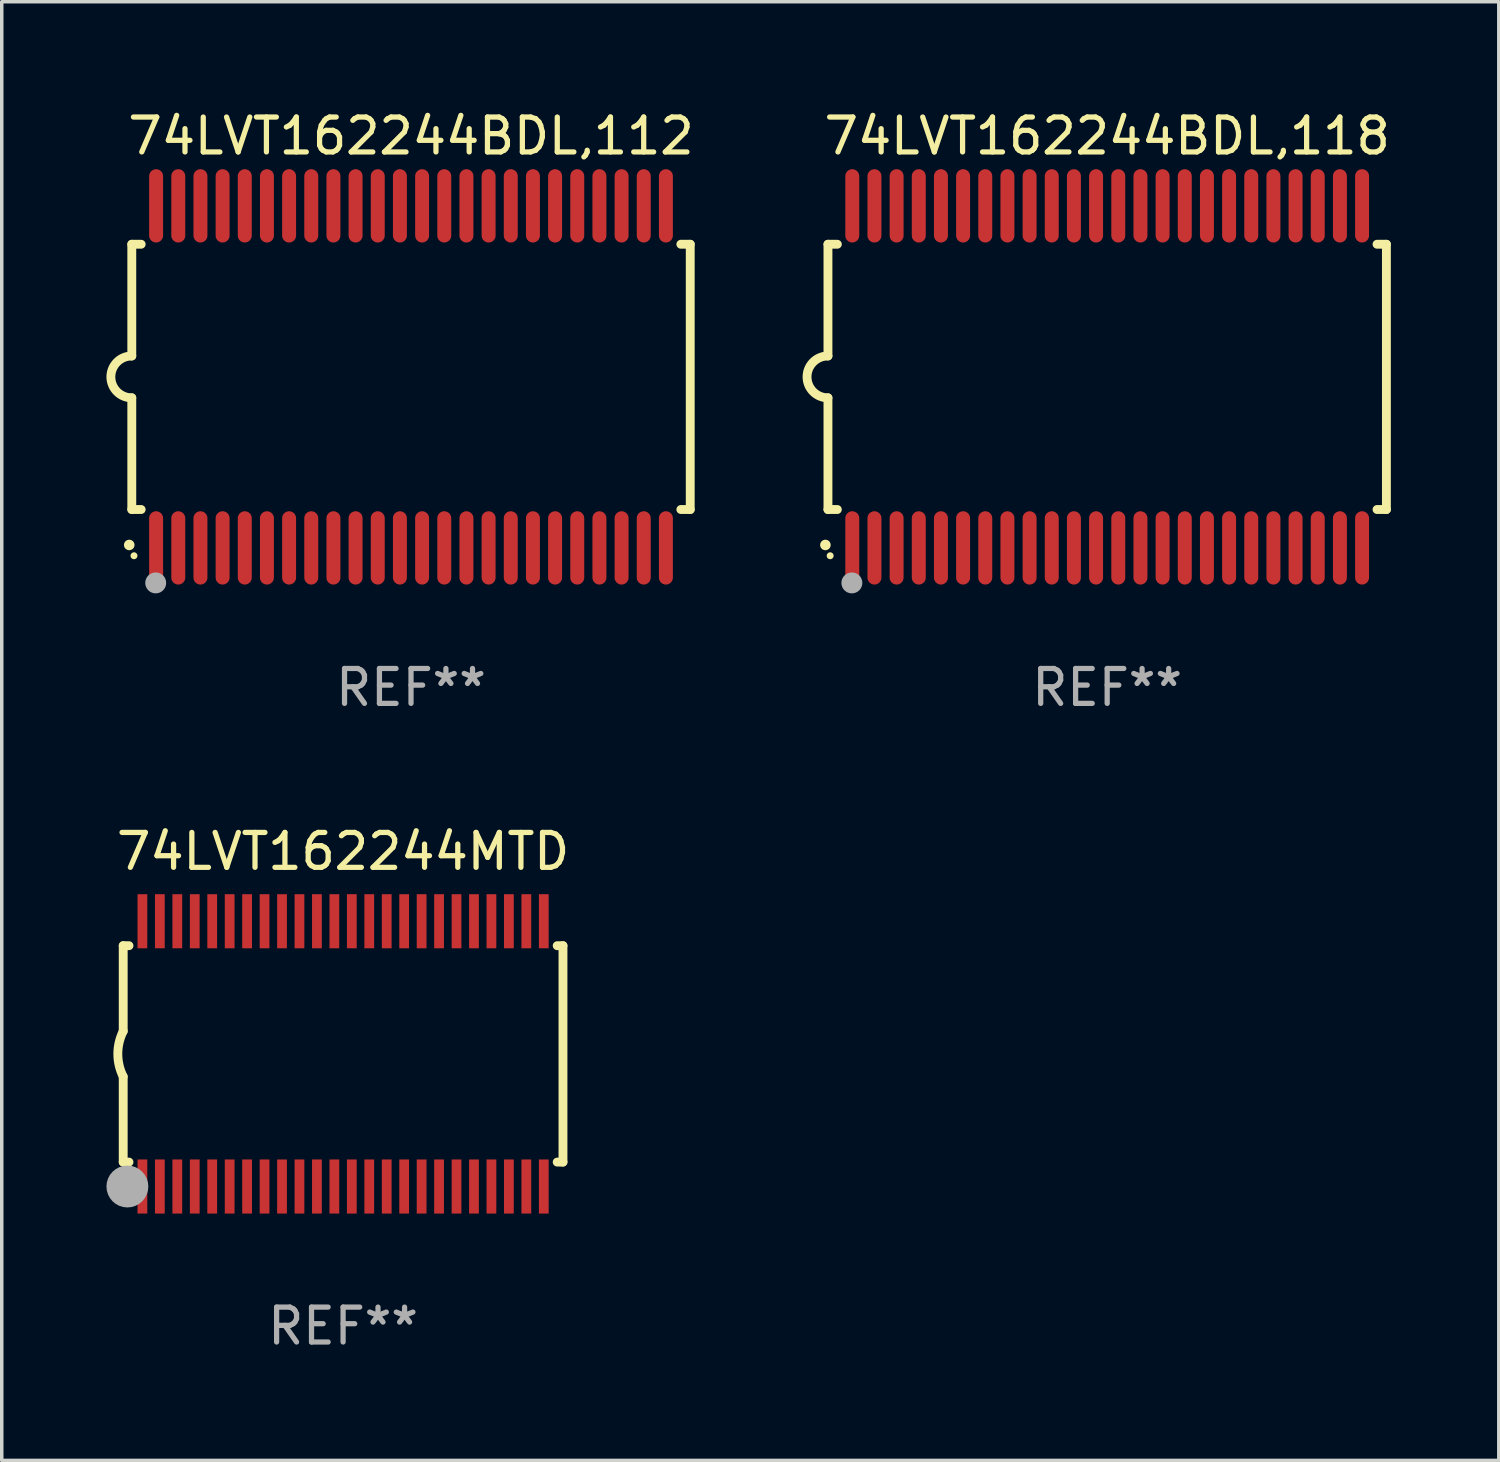
<source format=kicad_pcb>
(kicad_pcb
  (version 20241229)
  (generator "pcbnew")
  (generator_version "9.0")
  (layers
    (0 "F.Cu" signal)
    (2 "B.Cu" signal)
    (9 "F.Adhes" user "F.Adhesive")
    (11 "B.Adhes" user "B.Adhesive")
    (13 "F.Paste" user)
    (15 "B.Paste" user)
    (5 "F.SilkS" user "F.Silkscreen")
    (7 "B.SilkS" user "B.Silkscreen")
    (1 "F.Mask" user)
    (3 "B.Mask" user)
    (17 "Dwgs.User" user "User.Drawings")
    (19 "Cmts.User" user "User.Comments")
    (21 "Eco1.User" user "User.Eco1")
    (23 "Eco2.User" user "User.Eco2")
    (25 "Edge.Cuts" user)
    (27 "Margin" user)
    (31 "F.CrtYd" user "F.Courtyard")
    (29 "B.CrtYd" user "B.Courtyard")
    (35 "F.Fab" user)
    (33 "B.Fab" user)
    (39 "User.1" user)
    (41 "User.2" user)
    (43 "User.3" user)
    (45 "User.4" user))
  (footprint "74LVT162244BDL,112"
    (layer "F.Cu")
    (at 8.726 7.748)
    (property "Reference" "74LVT162244BDL,112" (at 0 -6.9 0) (layer "F.SilkS") (effects (font (size 1 1) (thickness 0.15))))
    (attr through_hole)
    (fp_line (start -8 -3.8) (end -8 -0.599) (stroke (width 0.254) (type solid)) (layer "F.SilkS"))
    (fp_line (start -8 -3.8) (end -7.731 -3.8) (stroke (width 0.254) (type solid)) (layer "F.SilkS"))
    (fp_line (start -8 3.8) (end -8 0.599) (stroke (width 0.254) (type solid)) (layer "F.SilkS"))
    (fp_line (start -7.731 3.8) (end -8 3.8) (stroke (width 0.254) (type solid)) (layer "F.SilkS"))
    (fp_line (start 7.731 -3.8) (end 8 -3.8) (stroke (width 0.254) (type solid)) (layer "F.SilkS"))
    (fp_line (start 8 -3.8) (end 8 3.8) (stroke (width 0.254) (type solid)) (layer "F.SilkS"))
    (fp_line (start 8 3.8) (end 7.731 3.8) (stroke (width 0.254) (type solid)) (layer "F.SilkS"))
    (fp_arc (start -8.074676 4.81585) (mid -8.073406 4.815845) (end -8.072136 4.81585) (stroke (width 0.3) (type solid)) (layer "F.SilkS"))
    (fp_arc (start -8.000025 0.6) (mid -8.598908 0.00056) (end -8.000027 -0.598882) (stroke (width 0.254001) (type solid)) (layer "F.SilkS"))
    (fp_circle (center -7.937 5.125) (end -7.887 5.125) (stroke (width 0.1) (type solid)) (fill no) (layer "F.SilkS"))
    (fp_circle (center -7.315 5.903) (end -7.165 5.903) (stroke (width 0.3) (type solid)) (fill no) (layer "F.Fab"))
    (fp_text user "REF**" (at 0 8.9 0) (layer "F.Fab") (effects (font (size 1 1) (thickness 0.15))))
    (pad "1" smd oval (at -7.303 4.9) (size 0.4 2.1) (layers "F.Cu" "F.Mask" "F.Paste"))
    (pad "2" smd oval (at -6.668 4.9) (size 0.4 2.1) (layers "F.Cu" "F.Mask" "F.Paste"))
    (pad "3" smd oval (at -6.033 4.9) (size 0.4 2.1) (layers "F.Cu" "F.Mask" "F.Paste"))
    (pad "4" smd oval (at -5.398 4.9) (size 0.4 2.1) (layers "F.Cu" "F.Mask" "F.Paste"))
    (pad "5" smd oval (at -4.763 4.9) (size 0.4 2.1) (layers "F.Cu" "F.Mask" "F.Paste"))
    (pad "6" smd oval (at -4.128 4.9) (size 0.4 2.1) (layers "F.Cu" "F.Mask" "F.Paste"))
    (pad "7" smd oval (at -3.493 4.9) (size 0.4 2.1) (layers "F.Cu" "F.Mask" "F.Paste"))
    (pad "8" smd oval (at -2.858 4.9) (size 0.4 2.1) (layers "F.Cu" "F.Mask" "F.Paste"))
    (pad "9" smd oval (at -2.223 4.9) (size 0.4 2.1) (layers "F.Cu" "F.Mask" "F.Paste"))
    (pad "10" smd oval (at -1.588 4.9) (size 0.4 2.1) (layers "F.Cu" "F.Mask" "F.Paste"))
    (pad "11" smd oval (at -0.953 4.9) (size 0.4 2.1) (layers "F.Cu" "F.Mask" "F.Paste"))
    (pad "12" smd oval (at -0.318 4.9) (size 0.4 2.1) (layers "F.Cu" "F.Mask" "F.Paste"))
    (pad "13" smd oval (at 0.318 4.9) (size 0.4 2.1) (layers "F.Cu" "F.Mask" "F.Paste"))
    (pad "14" smd oval (at 0.953 4.9) (size 0.4 2.1) (layers "F.Cu" "F.Mask" "F.Paste"))
    (pad "15" smd oval (at 1.588 4.9) (size 0.4 2.1) (layers "F.Cu" "F.Mask" "F.Paste"))
    (pad "16" smd oval (at 2.223 4.9) (size 0.4 2.1) (layers "F.Cu" "F.Mask" "F.Paste"))
    (pad "17" smd oval (at 2.858 4.9) (size 0.4 2.1) (layers "F.Cu" "F.Mask" "F.Paste"))
    (pad "18" smd oval (at 3.493 4.9) (size 0.4 2.1) (layers "F.Cu" "F.Mask" "F.Paste"))
    (pad "19" smd oval (at 4.128 4.9) (size 0.4 2.1) (layers "F.Cu" "F.Mask" "F.Paste"))
    (pad "20" smd oval (at 4.763 4.9) (size 0.4 2.1) (layers "F.Cu" "F.Mask" "F.Paste"))
    (pad "21" smd oval (at 5.398 4.9) (size 0.4 2.1) (layers "F.Cu" "F.Mask" "F.Paste"))
    (pad "22" smd oval (at 6.033 4.9) (size 0.4 2.1) (layers "F.Cu" "F.Mask" "F.Paste"))
    (pad "23" smd oval (at 6.668 4.9) (size 0.4 2.1) (layers "F.Cu" "F.Mask" "F.Paste"))
    (pad "24" smd oval (at 7.303 4.9) (size 0.4 2.1) (layers "F.Cu" "F.Mask" "F.Paste"))
    (pad "25" smd oval (at 7.303 -4.9 180) (size 0.4 2.1) (layers "F.Cu" "F.Mask" "F.Paste"))
    (pad "26" smd oval (at 6.668 -4.9 180) (size 0.4 2.1) (layers "F.Cu" "F.Mask" "F.Paste"))
    (pad "27" smd oval (at 6.033 -4.9 180) (size 0.4 2.1) (layers "F.Cu" "F.Mask" "F.Paste"))
    (pad "28" smd oval (at 5.398 -4.9 180) (size 0.4 2.1) (layers "F.Cu" "F.Mask" "F.Paste"))
    (pad "29" smd oval (at 4.763 -4.9 180) (size 0.4 2.1) (layers "F.Cu" "F.Mask" "F.Paste"))
    (pad "30" smd oval (at 4.128 -4.9 180) (size 0.4 2.1) (layers "F.Cu" "F.Mask" "F.Paste"))
    (pad "31" smd oval (at 3.493 -4.9 180) (size 0.4 2.1) (layers "F.Cu" "F.Mask" "F.Paste"))
    (pad "32" smd oval (at 2.858 -4.9 180) (size 0.4 2.1) (layers "F.Cu" "F.Mask" "F.Paste"))
    (pad "33" smd oval (at 2.223 -4.9 180) (size 0.4 2.1) (layers "F.Cu" "F.Mask" "F.Paste"))
    (pad "34" smd oval (at 1.588 -4.9 180) (size 0.4 2.1) (layers "F.Cu" "F.Mask" "F.Paste"))
    (pad "35" smd oval (at 0.953 -4.9 180) (size 0.4 2.1) (layers "F.Cu" "F.Mask" "F.Paste"))
    (pad "36" smd oval (at 0.318 -4.9 180) (size 0.4 2.1) (layers "F.Cu" "F.Mask" "F.Paste"))
    (pad "37" smd oval (at -0.318 -4.9 180) (size 0.4 2.1) (layers "F.Cu" "F.Mask" "F.Paste"))
    (pad "38" smd oval (at -0.953 -4.9 180) (size 0.4 2.1) (layers "F.Cu" "F.Mask" "F.Paste"))
    (pad "39" smd oval (at -1.588 -4.9 180) (size 0.4 2.1) (layers "F.Cu" "F.Mask" "F.Paste"))
    (pad "40" smd oval (at -2.223 -4.9 180) (size 0.4 2.1) (layers "F.Cu" "F.Mask" "F.Paste"))
    (pad "41" smd oval (at -2.858 -4.9 180) (size 0.4 2.1) (layers "F.Cu" "F.Mask" "F.Paste"))
    (pad "42" smd oval (at -3.493 -4.9 180) (size 0.4 2.1) (layers "F.Cu" "F.Mask" "F.Paste"))
    (pad "43" smd oval (at -4.128 -4.9 180) (size 0.4 2.1) (layers "F.Cu" "F.Mask" "F.Paste"))
    (pad "44" smd oval (at -4.763 -4.9 180) (size 0.4 2.1) (layers "F.Cu" "F.Mask" "F.Paste"))
    (pad "45" smd oval (at -5.398 -4.9 180) (size 0.4 2.1) (layers "F.Cu" "F.Mask" "F.Paste"))
    (pad "46" smd oval (at -6.033 -4.9 180) (size 0.4 2.1) (layers "F.Cu" "F.Mask" "F.Paste"))
    (pad "47" smd oval (at -6.668 -4.9 180) (size 0.4 2.1) (layers "F.Cu" "F.Mask" "F.Paste"))
    (pad "48" smd oval (at -7.303 -4.9 180) (size 0.4 2.1) (layers "F.Cu" "F.Mask" "F.Paste")))
  (footprint "74LVT162244BDL,118"
    (layer "F.Cu")
    (at 28.672 7.748)
    (property "Reference" "74LVT162244BDL,118" (at 0 -6.9 0) (layer "F.SilkS") (effects (font (size 1 1) (thickness 0.15))))
    (attr through_hole)
    (fp_line (start -8 -3.8) (end -8 -0.599) (stroke (width 0.254) (type solid)) (layer "F.SilkS"))
    (fp_line (start -8 -3.8) (end -7.731 -3.8) (stroke (width 0.254) (type solid)) (layer "F.SilkS"))
    (fp_line (start -8 3.8) (end -8 0.599) (stroke (width 0.254) (type solid)) (layer "F.SilkS"))
    (fp_line (start -7.731 3.8) (end -8 3.8) (stroke (width 0.254) (type solid)) (layer "F.SilkS"))
    (fp_line (start 7.731 -3.8) (end 8 -3.8) (stroke (width 0.254) (type solid)) (layer "F.SilkS"))
    (fp_line (start 8 -3.8) (end 8 3.8) (stroke (width 0.254) (type solid)) (layer "F.SilkS"))
    (fp_line (start 8 3.8) (end 7.731 3.8) (stroke (width 0.254) (type solid)) (layer "F.SilkS"))
    (fp_arc (start -8.074676 4.81585) (mid -8.073406 4.815845) (end -8.072136 4.81585) (stroke (width 0.3) (type solid)) (layer "F.SilkS"))
    (fp_arc (start -8.000025 0.6) (mid -8.598908 0.00056) (end -8.000027 -0.598882) (stroke (width 0.254001) (type solid)) (layer "F.SilkS"))
    (fp_circle (center -7.937 5.125) (end -7.887 5.125) (stroke (width 0.1) (type solid)) (fill no) (layer "F.SilkS"))
    (fp_circle (center -7.315 5.903) (end -7.165 5.903) (stroke (width 0.3) (type solid)) (fill no) (layer "F.Fab"))
    (fp_text user "REF**" (at 0 8.9 0) (layer "F.Fab") (effects (font (size 1 1) (thickness 0.15))))
    (pad "1" smd oval (at -7.303 4.9) (size 0.4 2.1) (layers "F.Cu" "F.Mask" "F.Paste"))
    (pad "2" smd oval (at -6.668 4.9) (size 0.4 2.1) (layers "F.Cu" "F.Mask" "F.Paste"))
    (pad "3" smd oval (at -6.033 4.9) (size 0.4 2.1) (layers "F.Cu" "F.Mask" "F.Paste"))
    (pad "4" smd oval (at -5.398 4.9) (size 0.4 2.1) (layers "F.Cu" "F.Mask" "F.Paste"))
    (pad "5" smd oval (at -4.763 4.9) (size 0.4 2.1) (layers "F.Cu" "F.Mask" "F.Paste"))
    (pad "6" smd oval (at -4.128 4.9) (size 0.4 2.1) (layers "F.Cu" "F.Mask" "F.Paste"))
    (pad "7" smd oval (at -3.493 4.9) (size 0.4 2.1) (layers "F.Cu" "F.Mask" "F.Paste"))
    (pad "8" smd oval (at -2.858 4.9) (size 0.4 2.1) (layers "F.Cu" "F.Mask" "F.Paste"))
    (pad "9" smd oval (at -2.223 4.9) (size 0.4 2.1) (layers "F.Cu" "F.Mask" "F.Paste"))
    (pad "10" smd oval (at -1.588 4.9) (size 0.4 2.1) (layers "F.Cu" "F.Mask" "F.Paste"))
    (pad "11" smd oval (at -0.953 4.9) (size 0.4 2.1) (layers "F.Cu" "F.Mask" "F.Paste"))
    (pad "12" smd oval (at -0.318 4.9) (size 0.4 2.1) (layers "F.Cu" "F.Mask" "F.Paste"))
    (pad "13" smd oval (at 0.318 4.9) (size 0.4 2.1) (layers "F.Cu" "F.Mask" "F.Paste"))
    (pad "14" smd oval (at 0.953 4.9) (size 0.4 2.1) (layers "F.Cu" "F.Mask" "F.Paste"))
    (pad "15" smd oval (at 1.588 4.9) (size 0.4 2.1) (layers "F.Cu" "F.Mask" "F.Paste"))
    (pad "16" smd oval (at 2.223 4.9) (size 0.4 2.1) (layers "F.Cu" "F.Mask" "F.Paste"))
    (pad "17" smd oval (at 2.858 4.9) (size 0.4 2.1) (layers "F.Cu" "F.Mask" "F.Paste"))
    (pad "18" smd oval (at 3.493 4.9) (size 0.4 2.1) (layers "F.Cu" "F.Mask" "F.Paste"))
    (pad "19" smd oval (at 4.128 4.9) (size 0.4 2.1) (layers "F.Cu" "F.Mask" "F.Paste"))
    (pad "20" smd oval (at 4.763 4.9) (size 0.4 2.1) (layers "F.Cu" "F.Mask" "F.Paste"))
    (pad "21" smd oval (at 5.398 4.9) (size 0.4 2.1) (layers "F.Cu" "F.Mask" "F.Paste"))
    (pad "22" smd oval (at 6.033 4.9) (size 0.4 2.1) (layers "F.Cu" "F.Mask" "F.Paste"))
    (pad "23" smd oval (at 6.668 4.9) (size 0.4 2.1) (layers "F.Cu" "F.Mask" "F.Paste"))
    (pad "24" smd oval (at 7.303 4.9) (size 0.4 2.1) (layers "F.Cu" "F.Mask" "F.Paste"))
    (pad "25" smd oval (at 7.303 -4.9 180) (size 0.4 2.1) (layers "F.Cu" "F.Mask" "F.Paste"))
    (pad "26" smd oval (at 6.668 -4.9 180) (size 0.4 2.1) (layers "F.Cu" "F.Mask" "F.Paste"))
    (pad "27" smd oval (at 6.033 -4.9 180) (size 0.4 2.1) (layers "F.Cu" "F.Mask" "F.Paste"))
    (pad "28" smd oval (at 5.398 -4.9 180) (size 0.4 2.1) (layers "F.Cu" "F.Mask" "F.Paste"))
    (pad "29" smd oval (at 4.763 -4.9 180) (size 0.4 2.1) (layers "F.Cu" "F.Mask" "F.Paste"))
    (pad "30" smd oval (at 4.128 -4.9 180) (size 0.4 2.1) (layers "F.Cu" "F.Mask" "F.Paste"))
    (pad "31" smd oval (at 3.493 -4.9 180) (size 0.4 2.1) (layers "F.Cu" "F.Mask" "F.Paste"))
    (pad "32" smd oval (at 2.858 -4.9 180) (size 0.4 2.1) (layers "F.Cu" "F.Mask" "F.Paste"))
    (pad "33" smd oval (at 2.223 -4.9 180) (size 0.4 2.1) (layers "F.Cu" "F.Mask" "F.Paste"))
    (pad "34" smd oval (at 1.588 -4.9 180) (size 0.4 2.1) (layers "F.Cu" "F.Mask" "F.Paste"))
    (pad "35" smd oval (at 0.953 -4.9 180) (size 0.4 2.1) (layers "F.Cu" "F.Mask" "F.Paste"))
    (pad "36" smd oval (at 0.318 -4.9 180) (size 0.4 2.1) (layers "F.Cu" "F.Mask" "F.Paste"))
    (pad "37" smd oval (at -0.318 -4.9 180) (size 0.4 2.1) (layers "F.Cu" "F.Mask" "F.Paste"))
    (pad "38" smd oval (at -0.953 -4.9 180) (size 0.4 2.1) (layers "F.Cu" "F.Mask" "F.Paste"))
    (pad "39" smd oval (at -1.588 -4.9 180) (size 0.4 2.1) (layers "F.Cu" "F.Mask" "F.Paste"))
    (pad "40" smd oval (at -2.223 -4.9 180) (size 0.4 2.1) (layers "F.Cu" "F.Mask" "F.Paste"))
    (pad "41" smd oval (at -2.858 -4.9 180) (size 0.4 2.1) (layers "F.Cu" "F.Mask" "F.Paste"))
    (pad "42" smd oval (at -3.493 -4.9 180) (size 0.4 2.1) (layers "F.Cu" "F.Mask" "F.Paste"))
    (pad "43" smd oval (at -4.128 -4.9 180) (size 0.4 2.1) (layers "F.Cu" "F.Mask" "F.Paste"))
    (pad "44" smd oval (at -4.763 -4.9 180) (size 0.4 2.1) (layers "F.Cu" "F.Mask" "F.Paste"))
    (pad "45" smd oval (at -5.398 -4.9 180) (size 0.4 2.1) (layers "F.Cu" "F.Mask" "F.Paste"))
    (pad "46" smd oval (at -6.033 -4.9 180) (size 0.4 2.1) (layers "F.Cu" "F.Mask" "F.Paste"))
    (pad "47" smd oval (at -6.668 -4.9 180) (size 0.4 2.1) (layers "F.Cu" "F.Mask" "F.Paste"))
    (pad "48" smd oval (at -7.303 -4.9 180) (size 0.4 2.1) (layers "F.Cu" "F.Mask" "F.Paste")))
  (footprint "74LVT162244MTD"
    (layer "F.Cu")
    (at 6.78 27.145)
    (property "Reference" "74LVT162244MTD" (at 0 -5.8 0) (layer "F.SilkS") (effects (font (size 1 1) (thickness 0.15))))
    (attr through_hole)
    (fp_line (start -6.3 -3.1) (end -6.3 -0.65) (stroke (width 0.254) (type solid)) (layer "F.SilkS"))
    (fp_line (start -6.3 -3.1) (end -6.134 -3.1) (stroke (width 0.254) (type solid)) (layer "F.SilkS"))
    (fp_line (start -6.3 3.1) (end -6.3 0.65) (stroke (width 0.254) (type solid)) (layer "F.SilkS"))
    (fp_line (start -6.3 3.1) (end -6.134 3.1) (stroke (width 0.254) (type solid)) (layer "F.SilkS"))
    (fp_line (start 6.134 -3.1) (end 6.3 -3.1) (stroke (width 0.254) (type solid)) (layer "F.SilkS"))
    (fp_line (start 6.134 3.1) (end 6.3 3.1) (stroke (width 0.254) (type solid)) (layer "F.SilkS"))
    (fp_line (start 6.3 -3.1) (end 6.3 3.1) (stroke (width 0.254) (type solid)) (layer "F.SilkS"))
    (fp_arc (start -6.301016 0.650114) (mid -6.45413 -0.000082) (end -6.3 -0.650038) (stroke (width 0.254001) (type solid)) (layer "F.SilkS"))
    (fp_circle (center -6.35 3.81) (end -6.223 3.81) (stroke (width 0.254) (type solid)) (fill no) (layer "F.SilkS"))
    (fp_circle (center -6.25 4.05) (end -6.22 4.05) (stroke (width 0.06) (type solid)) (fill no) (layer "F.SilkS"))
    (fp_circle (center -6.18 3.8) (end -5.88 3.8) (stroke (width 0.6) (type solid)) (fill no) (layer "F.Fab"))
    (fp_text user "REF**" (at 0 7.8 0) (layer "F.Fab") (effects (font (size 1 1) (thickness 0.15))))
    (pad "1" smd rect (at -5.75 3.8) (size 0.28 1.55) (layers "F.Cu" "F.Mask" "F.Paste"))
    (pad "2" smd rect (at -5.25 3.8) (size 0.28 1.55) (layers "F.Cu" "F.Mask" "F.Paste"))
    (pad "3" smd rect (at -4.75 3.8) (size 0.28 1.55) (layers "F.Cu" "F.Mask" "F.Paste"))
    (pad "4" smd rect (at -4.25 3.8) (size 0.28 1.55) (layers "F.Cu" "F.Mask" "F.Paste"))
    (pad "5" smd rect (at -3.75 3.8) (size 0.28 1.55) (layers "F.Cu" "F.Mask" "F.Paste"))
    (pad "6" smd rect (at -3.25 3.8) (size 0.28 1.55) (layers "F.Cu" "F.Mask" "F.Paste"))
    (pad "7" smd rect (at -2.75 3.8) (size 0.28 1.55) (layers "F.Cu" "F.Mask" "F.Paste"))
    (pad "8" smd rect (at -2.25 3.8) (size 0.28 1.55) (layers "F.Cu" "F.Mask" "F.Paste"))
    (pad "9" smd rect (at -1.75 3.8) (size 0.28 1.55) (layers "F.Cu" "F.Mask" "F.Paste"))
    (pad "10" smd rect (at -1.25 3.8) (size 0.28 1.55) (layers "F.Cu" "F.Mask" "F.Paste"))
    (pad "11" smd rect (at -0.75 3.8) (size 0.28 1.55) (layers "F.Cu" "F.Mask" "F.Paste"))
    (pad "12" smd rect (at -0.25 3.8) (size 0.28 1.55) (layers "F.Cu" "F.Mask" "F.Paste"))
    (pad "13" smd rect (at 0.25 3.8) (size 0.28 1.55) (layers "F.Cu" "F.Mask" "F.Paste"))
    (pad "14" smd rect (at 0.75 3.8) (size 0.28 1.55) (layers "F.Cu" "F.Mask" "F.Paste"))
    (pad "15" smd rect (at 1.25 3.8) (size 0.28 1.55) (layers "F.Cu" "F.Mask" "F.Paste"))
    (pad "16" smd rect (at 1.75 3.8) (size 0.28 1.55) (layers "F.Cu" "F.Mask" "F.Paste"))
    (pad "17" smd rect (at 2.25 3.8) (size 0.28 1.55) (layers "F.Cu" "F.Mask" "F.Paste"))
    (pad "18" smd rect (at 2.75 3.8) (size 0.28 1.55) (layers "F.Cu" "F.Mask" "F.Paste"))
    (pad "19" smd rect (at 3.25 3.8) (size 0.28 1.55) (layers "F.Cu" "F.Mask" "F.Paste"))
    (pad "20" smd rect (at 3.75 3.8) (size 0.28 1.55) (layers "F.Cu" "F.Mask" "F.Paste"))
    (pad "21" smd rect (at 4.25 3.8) (size 0.28 1.55) (layers "F.Cu" "F.Mask" "F.Paste"))
    (pad "22" smd rect (at 4.75 3.8) (size 0.28 1.55) (layers "F.Cu" "F.Mask" "F.Paste"))
    (pad "23" smd rect (at 5.25 3.8) (size 0.28 1.55) (layers "F.Cu" "F.Mask" "F.Paste"))
    (pad "24" smd rect (at 5.75 3.8) (size 0.28 1.55) (layers "F.Cu" "F.Mask" "F.Paste"))
    (pad "25" smd rect (at 5.75 -3.8) (size 0.28 1.55) (layers "F.Cu" "F.Mask" "F.Paste"))
    (pad "26" smd rect (at 5.25 -3.8) (size 0.28 1.55) (layers "F.Cu" "F.Mask" "F.Paste"))
    (pad "27" smd rect (at 4.75 -3.8) (size 0.28 1.55) (layers "F.Cu" "F.Mask" "F.Paste"))
    (pad "28" smd rect (at 4.25 -3.8) (size 0.28 1.55) (layers "F.Cu" "F.Mask" "F.Paste"))
    (pad "29" smd rect (at 3.75 -3.8) (size 0.28 1.55) (layers "F.Cu" "F.Mask" "F.Paste"))
    (pad "30" smd rect (at 3.25 -3.8) (size 0.28 1.55) (layers "F.Cu" "F.Mask" "F.Paste"))
    (pad "31" smd rect (at 2.75 -3.8) (size 0.28 1.55) (layers "F.Cu" "F.Mask" "F.Paste"))
    (pad "32" smd rect (at 2.25 -3.8) (size 0.28 1.55) (layers "F.Cu" "F.Mask" "F.Paste"))
    (pad "33" smd rect (at 1.75 -3.8) (size 0.28 1.55) (layers "F.Cu" "F.Mask" "F.Paste"))
    (pad "34" smd rect (at 1.25 -3.8) (size 0.28 1.55) (layers "F.Cu" "F.Mask" "F.Paste"))
    (pad "35" smd rect (at 0.75 -3.8) (size 0.28 1.55) (layers "F.Cu" "F.Mask" "F.Paste"))
    (pad "36" smd rect (at 0.25 -3.8) (size 0.28 1.55) (layers "F.Cu" "F.Mask" "F.Paste"))
    (pad "37" smd rect (at -0.25 -3.8) (size 0.28 1.55) (layers "F.Cu" "F.Mask" "F.Paste"))
    (pad "38" smd rect (at -0.75 -3.8) (size 0.28 1.55) (layers "F.Cu" "F.Mask" "F.Paste"))
    (pad "39" smd rect (at -1.25 -3.8) (size 0.28 1.55) (layers "F.Cu" "F.Mask" "F.Paste"))
    (pad "40" smd rect (at -1.75 -3.8) (size 0.28 1.55) (layers "F.Cu" "F.Mask" "F.Paste"))
    (pad "41" smd rect (at -2.25 -3.8) (size 0.28 1.55) (layers "F.Cu" "F.Mask" "F.Paste"))
    (pad "42" smd rect (at -2.75 -3.8) (size 0.28 1.55) (layers "F.Cu" "F.Mask" "F.Paste"))
    (pad "43" smd rect (at -3.25 -3.8) (size 0.28 1.55) (layers "F.Cu" "F.Mask" "F.Paste"))
    (pad "44" smd rect (at -3.75 -3.8) (size 0.28 1.55) (layers "F.Cu" "F.Mask" "F.Paste"))
    (pad "45" smd rect (at -4.25 -3.8) (size 0.28 1.55) (layers "F.Cu" "F.Mask" "F.Paste"))
    (pad "46" smd rect (at -4.75 -3.8) (size 0.28 1.55) (layers "F.Cu" "F.Mask" "F.Paste"))
    (pad "47" smd rect (at -5.25 -3.8) (size 0.28 1.55) (layers "F.Cu" "F.Mask" "F.Paste"))
    (pad "48" smd rect (at -5.75 -3.8) (size 0.28 1.55) (layers "F.Cu" "F.Mask" "F.Paste")))
  (gr_rect
    (start -3 -3)
    (end 39.892 38.793)
    (stroke (width 0.1) (type default))
    (fill no)
    (layer "Edge.Cuts")))
</source>
